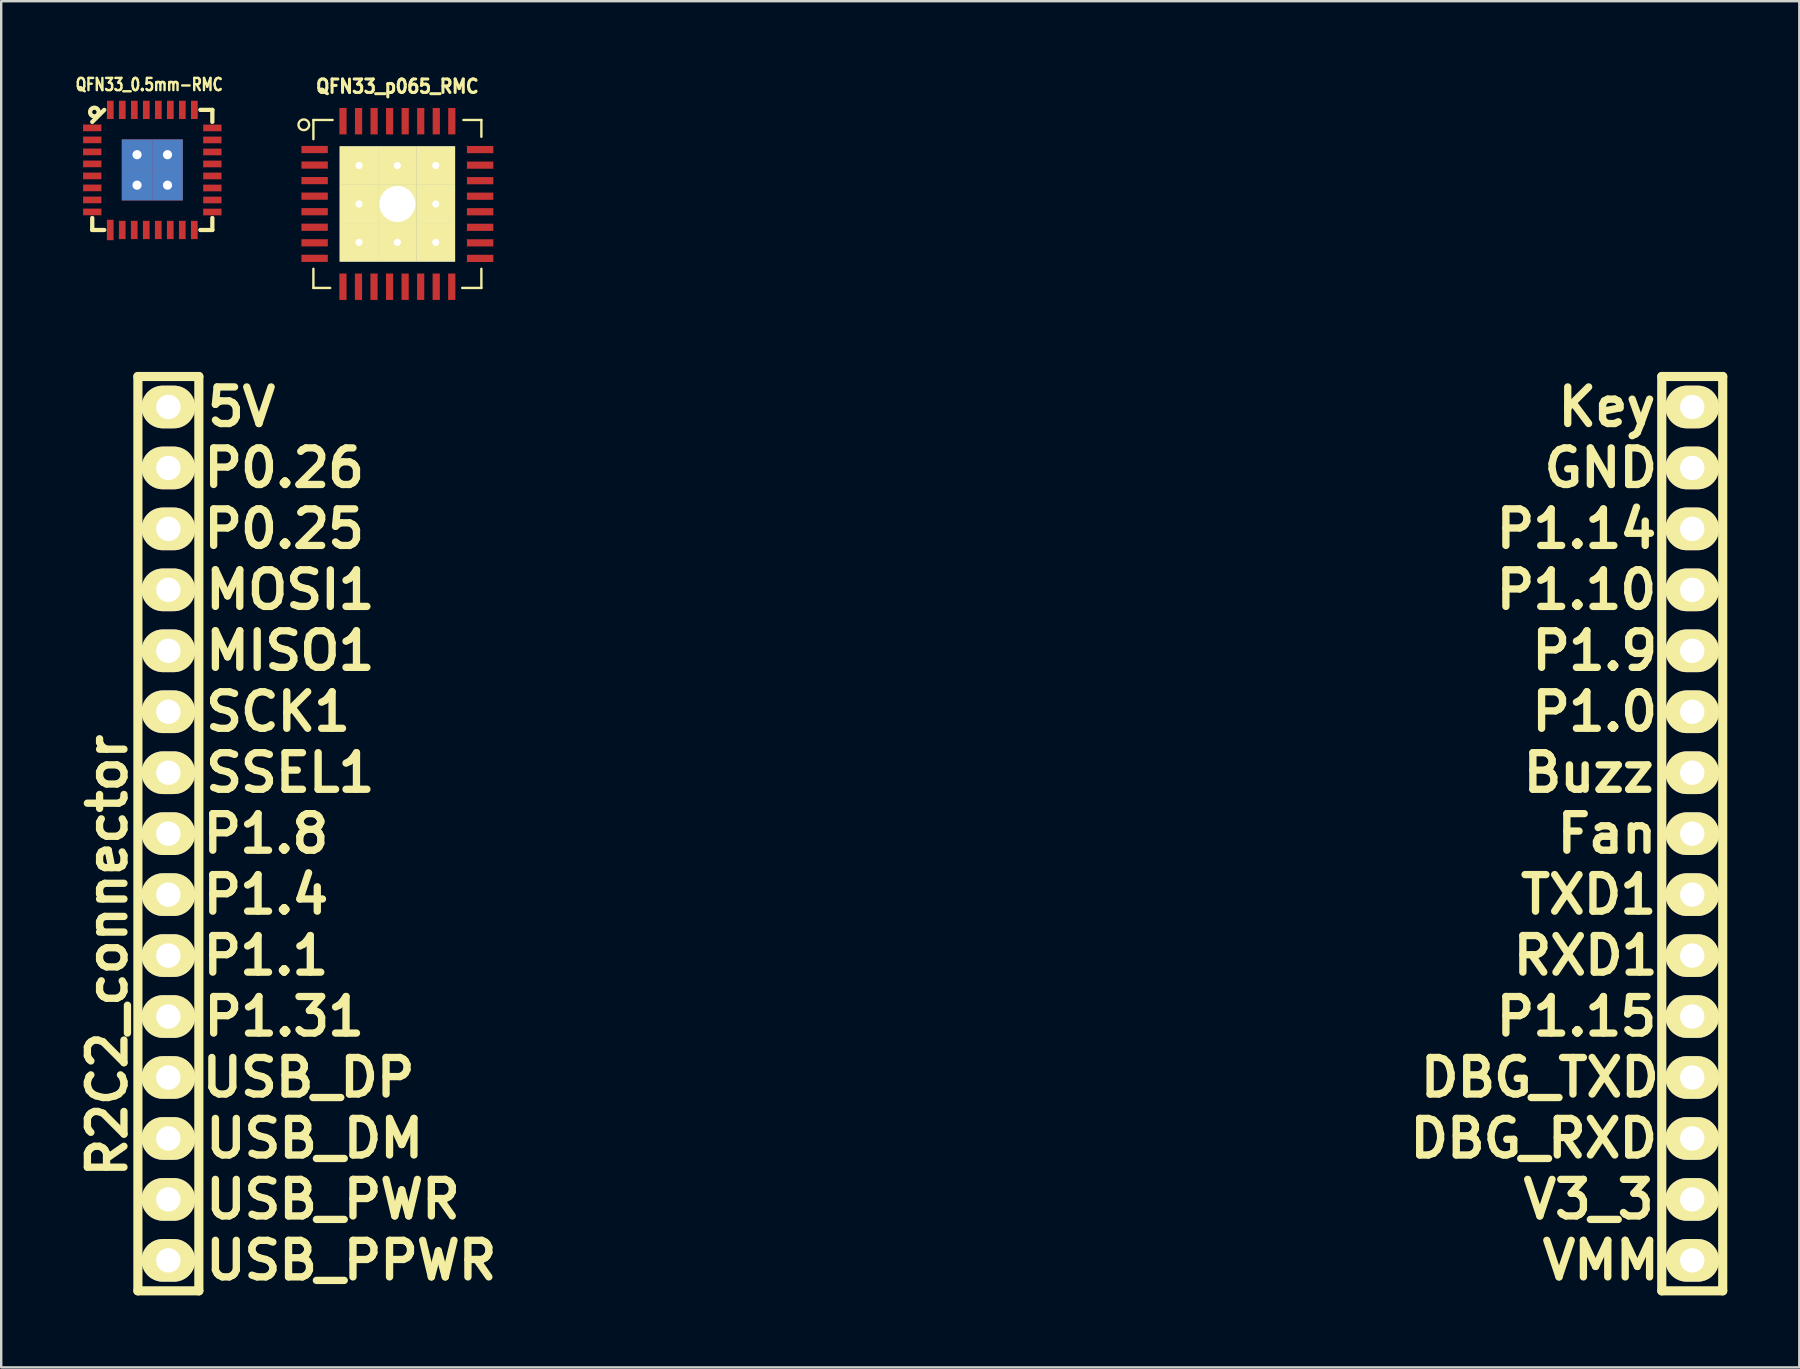
<source format=kicad_pcb>
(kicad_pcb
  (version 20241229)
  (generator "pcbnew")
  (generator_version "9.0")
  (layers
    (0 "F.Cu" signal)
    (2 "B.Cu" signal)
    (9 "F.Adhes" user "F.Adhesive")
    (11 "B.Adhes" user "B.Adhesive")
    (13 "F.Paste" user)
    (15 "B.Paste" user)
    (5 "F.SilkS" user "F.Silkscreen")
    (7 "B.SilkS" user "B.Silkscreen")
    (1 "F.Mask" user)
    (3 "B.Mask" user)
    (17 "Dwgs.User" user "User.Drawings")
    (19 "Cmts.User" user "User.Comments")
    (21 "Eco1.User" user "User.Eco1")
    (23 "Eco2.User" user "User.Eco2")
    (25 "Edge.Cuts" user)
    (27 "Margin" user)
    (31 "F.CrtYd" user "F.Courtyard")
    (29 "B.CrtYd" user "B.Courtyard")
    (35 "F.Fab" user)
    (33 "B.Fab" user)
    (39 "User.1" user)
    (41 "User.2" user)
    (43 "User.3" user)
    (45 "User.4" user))
  (footprint "QFN33_p065_RMC"
    (layer "F.Cu")
    (at 13.509 5.449)
    (property "Reference" "QFN33_p065_RMC" (at 0 -4.9 0) (layer "F.SilkS") (effects (font (size 0.559 0.508) (thickness 0.127))))
    (attr smd)
    (fp_line (start -3.5 -3.5) (end -2.7 -3.5) (stroke (width 0.099) (type solid)) (layer "F.SilkS"))
    (fp_line (start -3.5 -2.7) (end -3.5 -3.5) (stroke (width 0.099) (type solid)) (layer "F.SilkS"))
    (fp_line (start -3.5 3.5) (end -3.5 2.7) (stroke (width 0.099) (type solid)) (layer "F.SilkS"))
    (fp_line (start -2.799 3.5) (end -3.5 3.5) (stroke (width 0.099) (type solid)) (layer "F.SilkS"))
    (fp_line (start 2.7 3.5) (end 3.5 3.5) (stroke (width 0.099) (type solid)) (layer "F.SilkS"))
    (fp_line (start 3.5 -3.5) (end 2.751 -3.5) (stroke (width 0.099) (type solid)) (layer "F.SilkS"))
    (fp_line (start 3.5 -3.5) (end 3.5 -2.799) (stroke (width 0.099) (type solid)) (layer "F.SilkS"))
    (fp_line (start 3.5 3.5) (end 3.5 2.7) (stroke (width 0.099) (type solid)) (layer "F.SilkS"))
    (fp_circle (center -3.899 -3.299) (end -4.097 -3.399) (stroke (width 0.099) (type solid)) (fill no) (layer "F.SilkS"))
    (pad "1" smd rect (at -3.449 -2.268 90) (size 0.3 1.1) (layers "F.Cu" "F.Mask" "F.Paste"))
    (pad "2" smd rect (at -3.449 -1.621 90) (size 0.3 1.1) (layers "F.Cu" "F.Mask" "F.Paste"))
    (pad "3" smd rect (at -3.449 -0.973 90) (size 0.3 1.1) (layers "F.Cu" "F.Mask" "F.Paste"))
    (pad "4" smd rect (at -3.449 -0.325 90) (size 0.3 1.1) (layers "F.Cu" "F.Mask" "F.Paste"))
    (pad "5" smd rect (at -3.449 0.323 90) (size 0.3 1.1) (layers "F.Cu" "F.Mask" "F.Paste"))
    (pad "6" smd rect (at -3.449 0.97 90) (size 0.3 1.1) (layers "F.Cu" "F.Mask" "F.Paste"))
    (pad "7" smd rect (at -3.449 1.618 90) (size 0.3 1.1) (layers "F.Cu" "F.Mask" "F.Paste"))
    (pad "8" smd rect (at -3.449 2.266 90) (size 0.3 1.1) (layers "F.Cu" "F.Mask" "F.Paste"))
    (pad "9" smd rect (at -2.268 3.449) (size 0.3 1.1) (layers "F.Cu" "F.Mask" "F.Paste"))
    (pad "10" smd rect (at -1.621 3.449) (size 0.3 1.1) (layers "F.Cu" "F.Mask" "F.Paste"))
    (pad "11" smd rect (at -0.973 3.449) (size 0.3 1.1) (layers "F.Cu" "F.Mask" "F.Paste"))
    (pad "12" smd rect (at -0.325 3.449) (size 0.3 1.1) (layers "F.Cu" "F.Mask" "F.Paste"))
    (pad "13" smd rect (at 0.323 3.449) (size 0.3 1.1) (layers "F.Cu" "F.Mask" "F.Paste"))
    (pad "14" smd rect (at 0.97 3.449) (size 0.3 1.1) (layers "F.Cu" "F.Mask" "F.Paste"))
    (pad "15" smd rect (at 1.618 3.449) (size 0.3 1.1) (layers "F.Cu" "F.Mask" "F.Paste"))
    (pad "16" smd rect (at 2.266 3.449) (size 0.3 1.1) (layers "F.Cu" "F.Mask" "F.Paste"))
    (pad "17" smd rect (at 3.449 2.268 270) (size 0.3 1.1) (layers "F.Cu" "F.Mask" "F.Paste"))
    (pad "18" smd rect (at 3.449 1.621 270) (size 0.3 1.1) (layers "F.Cu" "F.Mask" "F.Paste"))
    (pad "19" smd rect (at 3.449 0.973 270) (size 0.3 1.1) (layers "F.Cu" "F.Mask" "F.Paste"))
    (pad "20" smd rect (at 3.449 0.325 270) (size 0.3 1.1) (layers "F.Cu" "F.Mask" "F.Paste"))
    (pad "21" smd rect (at 3.449 -0.323 270) (size 0.3 1.1) (layers "F.Cu" "F.Mask" "F.Paste"))
    (pad "22" smd rect (at 3.449 -0.97 270) (size 0.3 1.1) (layers "F.Cu" "F.Mask" "F.Paste"))
    (pad "23" smd rect (at 3.449 -1.618 270) (size 0.3 1.1) (layers "F.Cu" "F.Mask" "F.Paste"))
    (pad "24" smd rect (at 3.449 -2.266 270) (size 0.3 1.1) (layers "F.Cu" "F.Mask" "F.Paste"))
    (pad "25" smd rect (at 2.268 -3.449) (size 0.3 1.1) (layers "F.Cu" "F.Mask" "F.Paste"))
    (pad "26" smd rect (at 1.621 -3.449) (size 0.3 1.1) (layers "F.Cu" "F.Mask" "F.Paste"))
    (pad "27" smd rect (at 0.973 -3.449) (size 0.3 1.1) (layers "F.Cu" "F.Mask" "F.Paste"))
    (pad "28" smd rect (at 0.325 -3.449) (size 0.3 1.1) (layers "F.Cu" "F.Mask" "F.Paste"))
    (pad "29" smd rect (at -0.323 -3.449) (size 0.3 1.1) (layers "F.Cu" "F.Mask" "F.Paste"))
    (pad "30" smd rect (at -0.97 -3.449) (size 0.3 1.1) (layers "F.Cu" "F.Mask" "F.Paste"))
    (pad "31" smd rect (at -1.618 -3.449) (size 0.3 1.1) (layers "F.Cu" "F.Mask" "F.Paste"))
    (pad "32" smd rect (at -2.266 -3.449) (size 0.3 1.1) (layers "F.Cu" "F.Mask" "F.Paste"))
    (pad "33" thru_hole rect (at -1.6 -1.6) (size 1.61 1.61) (drill 0.3) (layers "*.Cu" "*.Mask" "F.SilkS"))
    (pad "33" thru_hole rect (at -1.6 0) (size 1.61 1.61) (drill 0.3) (layers "*.Cu" "*.Mask" "F.SilkS"))
    (pad "33" thru_hole rect (at -1.6 1.6) (size 1.61 1.61) (drill 0.3) (layers "*.Cu" "*.Mask" "F.SilkS"))
    (pad "33" thru_hole rect (at 0 -1.6) (size 1.61 1.61) (drill 0.3) (layers "*.Cu" "*.Mask" "F.SilkS"))
    (pad "33" thru_hole rect (at 0 0) (size 1.61 1.61) (drill 1.501) (layers "*.Cu" "*.Mask" "F.SilkS"))
    (pad "33" thru_hole rect (at 0 1.6) (size 1.61 1.61) (drill 0.3) (layers "*.Cu" "*.Mask" "F.SilkS"))
    (pad "33" thru_hole rect (at 1.6 -1.6) (size 1.61 1.61) (drill 0.3) (layers "*.Cu" "*.Mask" "F.SilkS"))
    (pad "33" thru_hole rect (at 1.6 0) (size 1.61 1.61) (drill 0.3) (layers "*.Cu" "*.Mask" "F.SilkS"))
    (pad "33" thru_hole rect (at 1.6 1.6) (size 1.61 1.61) (drill 0.3) (layers "*.Cu" "*.Mask" "F.SilkS")))
  (footprint "QFN33_0.5mm-RMC"
    (layer "F.Cu")
    (at 3.296 4.031)
    (property "Reference" "QFN33_0.5mm-RMC" (at -0.127 -3.556 0) (layer "F.SilkS") (effects (font (size 0.508 0.406) (thickness 0.102))))
    (attr through_hole)
    (fp_line (start -2.502 -2.002) (end -2.002 -2.502) (stroke (width 0.178) (type solid)) (layer "F.SilkS"))
    (fp_line (start -2.502 2.502) (end -2.502 2.002) (stroke (width 0.178) (type solid)) (layer "F.SilkS"))
    (fp_line (start -2.002 2.502) (end -2.502 2.502) (stroke (width 0.178) (type solid)) (layer "F.SilkS"))
    (fp_line (start 2.002 2.502) (end 2.502 2.502) (stroke (width 0.178) (type solid)) (layer "F.SilkS"))
    (fp_line (start 2.502 -2.502) (end 2.002 -2.502) (stroke (width 0.178) (type solid)) (layer "F.SilkS"))
    (fp_line (start 2.502 -2.002) (end 2.502 -2.502) (stroke (width 0.178) (type solid)) (layer "F.SilkS"))
    (fp_line (start 2.502 2.502) (end 2.502 2.002) (stroke (width 0.178) (type solid)) (layer "F.SilkS"))
    (fp_circle (center -2.413 -2.413) (end -2.54 -2.54) (stroke (width 0.178) (type solid)) (fill no) (layer "F.SilkS"))
    (pad "1" smd rect (at -2.502 -1.753 90) (size 0.279 0.762) (layers "F.Cu" "F.Mask" "F.Paste"))
    (pad "2" smd rect (at -2.502 -1.252 90) (size 0.279 0.762) (layers "F.Cu" "F.Mask" "F.Paste"))
    (pad "3" smd rect (at -2.502 -0.752 90) (size 0.279 0.762) (layers "F.Cu" "F.Mask" "F.Paste"))
    (pad "4" smd rect (at -2.502 -0.251 90) (size 0.279 0.762) (layers "F.Cu" "F.Mask" "F.Paste"))
    (pad "5" smd rect (at -2.502 0.249 90) (size 0.279 0.762) (layers "F.Cu" "F.Mask" "F.Paste"))
    (pad "6" smd rect (at -2.502 0.749 90) (size 0.279 0.762) (layers "F.Cu" "F.Mask" "F.Paste"))
    (pad "7" smd rect (at -2.502 1.25 90) (size 0.279 0.762) (layers "F.Cu" "F.Mask" "F.Paste"))
    (pad "8" smd rect (at -2.502 1.75 90) (size 0.279 0.762) (layers "F.Cu" "F.Mask" "F.Paste"))
    (pad "9" smd rect (at -1.753 2.502) (size 0.279 0.851) (layers "F.Cu" "F.Mask" "F.Paste"))
    (pad "10" smd rect (at -1.252 2.502) (size 0.279 0.762) (layers "F.Cu" "F.Mask" "F.Paste"))
    (pad "11" smd rect (at -0.752 2.502) (size 0.279 0.762) (layers "F.Cu" "F.Mask" "F.Paste"))
    (pad "12" smd rect (at -0.251 2.502) (size 0.279 0.762) (layers "F.Cu" "F.Mask" "F.Paste"))
    (pad "13" smd rect (at 0.249 2.502) (size 0.279 0.762) (layers "F.Cu" "F.Mask" "F.Paste"))
    (pad "14" smd rect (at 0.749 2.502) (size 0.279 0.762) (layers "F.Cu" "F.Mask" "F.Paste"))
    (pad "15" smd rect (at 1.25 2.502) (size 0.279 0.762) (layers "F.Cu" "F.Mask" "F.Paste"))
    (pad "16" smd rect (at 1.75 2.502) (size 0.279 0.762) (layers "F.Cu" "F.Mask" "F.Paste"))
    (pad "17" smd rect (at 2.502 1.753 270) (size 0.279 0.762) (layers "F.Cu" "F.Mask" "F.Paste"))
    (pad "18" smd rect (at 2.502 1.252 270) (size 0.279 0.762) (layers "F.Cu" "F.Mask" "F.Paste"))
    (pad "19" smd rect (at 2.502 0.752 270) (size 0.279 0.762) (layers "F.Cu" "F.Mask" "F.Paste"))
    (pad "20" smd rect (at 2.502 0.251 270) (size 0.279 0.762) (layers "F.Cu" "F.Mask" "F.Paste"))
    (pad "21" smd rect (at 2.502 -0.249 270) (size 0.279 0.762) (layers "F.Cu" "F.Mask" "F.Paste"))
    (pad "22" smd rect (at 2.502 -0.749 270) (size 0.279 0.762) (layers "F.Cu" "F.Mask" "F.Paste"))
    (pad "23" smd rect (at 2.502 -1.25 270) (size 0.279 0.762) (layers "F.Cu" "F.Mask" "F.Paste"))
    (pad "24" smd rect (at 2.502 -1.75 270) (size 0.279 0.762) (layers "F.Cu" "F.Mask" "F.Paste"))
    (pad "25" smd rect (at 1.753 -2.502) (size 0.279 0.762) (layers "F.Cu" "F.Mask" "F.Paste"))
    (pad "26" smd rect (at 1.252 -2.502) (size 0.279 0.762) (layers "F.Cu" "F.Mask" "F.Paste"))
    (pad "27" smd rect (at 0.752 -2.502) (size 0.279 0.762) (layers "F.Cu" "F.Mask" "F.Paste"))
    (pad "28" smd rect (at 0.251 -2.502) (size 0.279 0.762) (layers "F.Cu" "F.Mask" "F.Paste"))
    (pad "29" smd rect (at -0.249 -2.502) (size 0.279 0.762) (layers "F.Cu" "F.Mask" "F.Paste"))
    (pad "30" smd rect (at -0.749 -2.502) (size 0.279 0.762) (layers "F.Cu" "F.Mask" "F.Paste"))
    (pad "31" smd rect (at -1.25 -2.502) (size 0.279 0.762) (layers "F.Cu" "F.Mask" "F.Paste"))
    (pad "32" smd rect (at -1.75 -2.502) (size 0.279 0.762) (layers "F.Cu" "F.Mask" "F.Paste"))
    (pad "33" thru_hole rect (at -0.635 -0.635) (size 1.27 1.27) (drill 0.381) (layers "*.Cu" "F.Mask" "F.Paste"))
    (pad "33" thru_hole rect (at -0.635 0.635) (size 1.27 1.27) (drill 0.381) (layers "*.Cu" "F.Mask" "F.Paste"))
    (pad "33" thru_hole rect (at 0.635 -0.635) (size 1.27 1.27) (drill 0.381) (layers "*.Cu" "F.Mask" "F.Paste"))
    (pad "33" thru_hole rect (at 0.635 0.635) (size 1.27 1.27) (drill 0.381) (layers "*.Cu" "F.Mask" "F.Paste")))
  (footprint "R2C2_connector"
    (layer "F.Cu")
    (at 3.966 49.469)
    (property "Reference" "R2C2_connector" (at -2.54 -12.7 90) (layer "F.SilkS") (effects (font (size 1.524 1.524) (thickness 0.305))))
    (attr through_hole)
    (fp_line (start -1.27 -36.83) (end 1.27 -36.83) (stroke (width 0.381) (type solid)) (layer "F.SilkS"))
    (fp_line (start -1.27 1.27) (end -1.27 -36.83) (stroke (width 0.381) (type solid)) (layer "F.SilkS"))
    (fp_line (start 1.27 -36.83) (end 1.27 1.27) (stroke (width 0.381) (type solid)) (layer "F.SilkS"))
    (fp_line (start 1.27 1.27) (end -1.27 1.27) (stroke (width 0.381) (type solid)) (layer "F.SilkS"))
    (fp_line (start 62.23 -36.83) (end 64.77 -36.83) (stroke (width 0.381) (type solid)) (layer "F.SilkS"))
    (fp_line (start 62.23 1.27) (end 62.23 -36.83) (stroke (width 0.381) (type solid)) (layer "F.SilkS"))
    (fp_line (start 64.77 -36.83) (end 64.77 1.27) (stroke (width 0.381) (type solid)) (layer "F.SilkS"))
    (fp_line (start 64.77 1.27) (end 62.23 1.27) (stroke (width 0.381) (type solid)) (layer "F.SilkS"))
    (fp_text user "VMM" (at 59.69 0 0) (layer "F.SilkS") (effects (font (size 1.524 1.524) (thickness 0.305))))
    (fp_text user "TXD1" (at 59.182 -15.24 0) (layer "F.SilkS") (effects (font (size 1.524 1.524) (thickness 0.305))))
    (fp_text user "GND" (at 59.69 -33.02 0) (layer "F.SilkS") (effects (font (size 1.524 1.524) (thickness 0.305))))
    (fp_text user "P0.26" (at 4.826 -33.02 0) (layer "F.SilkS") (effects (font (size 1.524 1.524) (thickness 0.305))))
    (fp_text user "P1.9" (at 59.436 -25.4 0) (layer "F.SilkS") (effects (font (size 1.524 1.524) (thickness 0.305))))
    (fp_text user "USB_PPWR" (at 7.62 0 0) (layer "F.SilkS") (effects (font (size 1.524 1.524) (thickness 0.305))))
    (fp_text user "P0.25" (at 4.826 -30.48 0) (layer "F.SilkS") (effects (font (size 1.524 1.524) (thickness 0.305))))
    (fp_text user "5V" (at 3.048 -35.56 0) (layer "F.SilkS") (effects (font (size 1.524 1.524) (thickness 0.305))))
    (fp_text user "USB_PWR" (at 6.858 -2.54 0) (layer "F.SilkS") (effects (font (size 1.524 1.524) (thickness 0.305))))
    (fp_text user "P1.10" (at 58.674 -27.94 0) (layer "F.SilkS") (effects (font (size 1.524 1.524) (thickness 0.305))))
    (fp_text user "SCK1" (at 4.572 -22.86 0) (layer "F.SilkS") (effects (font (size 1.524 1.524) (thickness 0.305))))
    (fp_text user "MISO1" (at 5.08 -25.4 0) (layer "F.SilkS") (effects (font (size 1.524 1.524) (thickness 0.305))))
    (fp_text user "V3_3" (at 59.182 -2.54 0) (layer "F.SilkS") (effects (font (size 1.524 1.524) (thickness 0.305))))
    (fp_text user "DBG_RXD" (at 56.896 -5.08 0) (layer "F.SilkS") (effects (font (size 1.524 1.524) (thickness 0.305))))
    (fp_text user "Key" (at 59.944 -35.56 0) (layer "F.SilkS") (effects (font (size 1.524 1.524) (thickness 0.305))))
    (fp_text user "P1.14" (at 58.674 -30.48 0) (layer "F.SilkS") (effects (font (size 1.524 1.524) (thickness 0.305))))
    (fp_text user "RXD1" (at 59.055 -12.7 0) (layer "F.SilkS") (effects (font (size 1.524 1.524) (thickness 0.305))))
    (fp_text user "Fan" (at 59.944 -17.78 0) (layer "F.SilkS") (effects (font (size 1.524 1.524) (thickness 0.305))))
    (fp_text user "MOSI1" (at 5.08 -27.94 0) (layer "F.SilkS") (effects (font (size 1.524 1.524) (thickness 0.305))))
    (fp_text user "DBG_TXD" (at 57.15 -7.62 0) (layer "F.SilkS") (effects (font (size 1.524 1.524) (thickness 0.305))))
    (fp_text user "USB_DP" (at 5.842 -7.62 0) (layer "F.SilkS") (effects (font (size 1.524 1.524) (thickness 0.305))))
    (fp_text user "P1.4" (at 4.064 -15.24 0) (layer "F.SilkS") (effects (font (size 1.524 1.524) (thickness 0.305))))
    (fp_text user "SSEL1" (at 5.08 -20.32 0) (layer "F.SilkS") (effects (font (size 1.524 1.524) (thickness 0.305))))
    (fp_text user "P1.1" (at 4.064 -12.7 0) (layer "F.SilkS") (effects (font (size 1.524 1.524) (thickness 0.305))))
    (fp_text user "P1.0" (at 59.436 -22.86 0) (layer "F.SilkS") (effects (font (size 1.524 1.524) (thickness 0.305))))
    (fp_text user "P1.31" (at 4.826 -10.16 0) (layer "F.SilkS") (effects (font (size 1.524 1.524) (thickness 0.305))))
    (fp_text user "USB_DM" (at 6.096 -5.08 0) (layer "F.SilkS") (effects (font (size 1.524 1.524) (thickness 0.305))))
    (fp_text user "Buzz" (at 59.182 -20.32 0) (layer "F.SilkS") (effects (font (size 1.524 1.524) (thickness 0.305))))
    (fp_text user "P1.8" (at 4.064 -17.78 0) (layer "F.SilkS") (effects (font (size 1.524 1.524) (thickness 0.305))))
    (fp_text user "P1.15" (at 58.674 -10.16 0) (layer "F.SilkS") (effects (font (size 1.524 1.524) (thickness 0.305))))
    (pad "A1" thru_hole oval (at 0 0) (size 2.235 1.778) (drill 1.016) (layers "*.Cu" "*.Mask" "F.SilkS"))
    (pad "A2" thru_hole oval (at 0 -2.54) (size 2.235 1.778) (drill 1.016) (layers "*.Cu" "*.Mask" "F.SilkS"))
    (pad "A3" thru_hole oval (at 0 -5.08) (size 2.235 1.778) (drill 1.016) (layers "*.Cu" "*.Mask" "F.SilkS"))
    (pad "A4" thru_hole oval (at 0 -7.62) (size 2.235 1.778) (drill 1.016) (layers "*.Cu" "*.Mask" "F.SilkS"))
    (pad "A5" thru_hole oval (at 0 -10.16) (size 2.235 1.778) (drill 1.016) (layers "*.Cu" "*.Mask" "F.SilkS"))
    (pad "A6" thru_hole oval (at 0 -12.7) (size 2.235 1.778) (drill 1.016) (layers "*.Cu" "*.Mask" "F.SilkS"))
    (pad "A7" thru_hole oval (at 0 -15.24) (size 2.235 1.778) (drill 1.016) (layers "*.Cu" "*.Mask" "F.SilkS"))
    (pad "A8" thru_hole oval (at 0 -17.78) (size 2.235 1.778) (drill 1.016) (layers "*.Cu" "*.Mask" "F.SilkS"))
    (pad "A9" thru_hole oval (at 0 -20.32) (size 2.235 1.778) (drill 1.016) (layers "*.Cu" "*.Mask" "F.SilkS"))
    (pad "A10" thru_hole oval (at 0 -22.86) (size 2.235 1.778) (drill 1.016) (layers "*.Cu" "*.Mask" "F.SilkS"))
    (pad "A11" thru_hole oval (at 0 -25.4) (size 2.235 1.778) (drill 1.016) (layers "*.Cu" "*.Mask" "F.SilkS"))
    (pad "A12" thru_hole oval (at 0 -27.94) (size 2.235 1.778) (drill 1.016) (layers "*.Cu" "*.Mask" "F.SilkS"))
    (pad "A13" thru_hole oval (at 0 -30.48) (size 2.235 1.778) (drill 1.016) (layers "*.Cu" "*.Mask" "F.SilkS"))
    (pad "A14" thru_hole oval (at 0 -33.02) (size 2.235 1.778) (drill 1.016) (layers "*.Cu" "*.Mask" "F.SilkS"))
    (pad "A15" thru_hole oval (at 0 -35.56) (size 2.235 1.778) (drill 1.016) (layers "*.Cu" "*.Mask" "F.SilkS"))
    (pad "B1" thru_hole oval (at 63.5 0) (size 2.235 1.778) (drill 1.016) (layers "*.Cu" "*.Mask" "F.SilkS"))
    (pad "B2" thru_hole oval (at 63.5 -2.54) (size 2.235 1.778) (drill 1.016) (layers "*.Cu" "*.Mask" "F.SilkS"))
    (pad "B3" thru_hole oval (at 63.5 -5.08) (size 2.235 1.778) (drill 1.016) (layers "*.Cu" "*.Mask" "F.SilkS"))
    (pad "B4" thru_hole oval (at 63.5 -7.62) (size 2.235 1.778) (drill 1.016) (layers "*.Cu" "*.Mask" "F.SilkS"))
    (pad "B5" thru_hole oval (at 63.5 -10.16) (size 2.235 1.778) (drill 1.016) (layers "*.Cu" "*.Mask" "F.SilkS"))
    (pad "B6" thru_hole oval (at 63.5 -12.7) (size 2.235 1.778) (drill 1.016) (layers "*.Cu" "*.Mask" "F.SilkS"))
    (pad "B7" thru_hole oval (at 63.5 -15.24) (size 2.235 1.778) (drill 1.016) (layers "*.Cu" "*.Mask" "F.SilkS"))
    (pad "B8" thru_hole oval (at 63.5 -17.78) (size 2.235 1.778) (drill 1.016) (layers "*.Cu" "*.Mask" "F.SilkS"))
    (pad "B9" thru_hole oval (at 63.5 -20.32) (size 2.235 1.778) (drill 1.016) (layers "*.Cu" "*.Mask" "F.SilkS"))
    (pad "B10" thru_hole oval (at 63.5 -22.86) (size 2.235 1.778) (drill 1.016) (layers "*.Cu" "*.Mask" "F.SilkS"))
    (pad "B11" thru_hole oval (at 63.5 -25.4) (size 2.235 1.778) (drill 1.016) (layers "*.Cu" "*.Mask" "F.SilkS"))
    (pad "B12" thru_hole oval (at 63.5 -27.94) (size 2.235 1.778) (drill 1.016) (layers "*.Cu" "*.Mask" "F.SilkS"))
    (pad "B13" thru_hole oval (at 63.5 -30.48) (size 2.235 1.778) (drill 1.016) (layers "*.Cu" "*.Mask" "F.SilkS"))
    (pad "B14" thru_hole oval (at 63.5 -33.02) (size 2.235 1.778) (drill 1.016) (layers "*.Cu" "*.Mask" "F.SilkS"))
    (pad "B15" thru_hole oval (at 63.5 -35.56) (size 2.235 1.778) (drill 1.016) (layers "*.Cu" "*.Mask" "F.SilkS")))
  (gr_rect
    (start -3 -3)
    (end 71.927 53.93)
    (stroke (width 0.1) (type default))
    (fill no)
    (layer "Edge.Cuts")))
</source>
